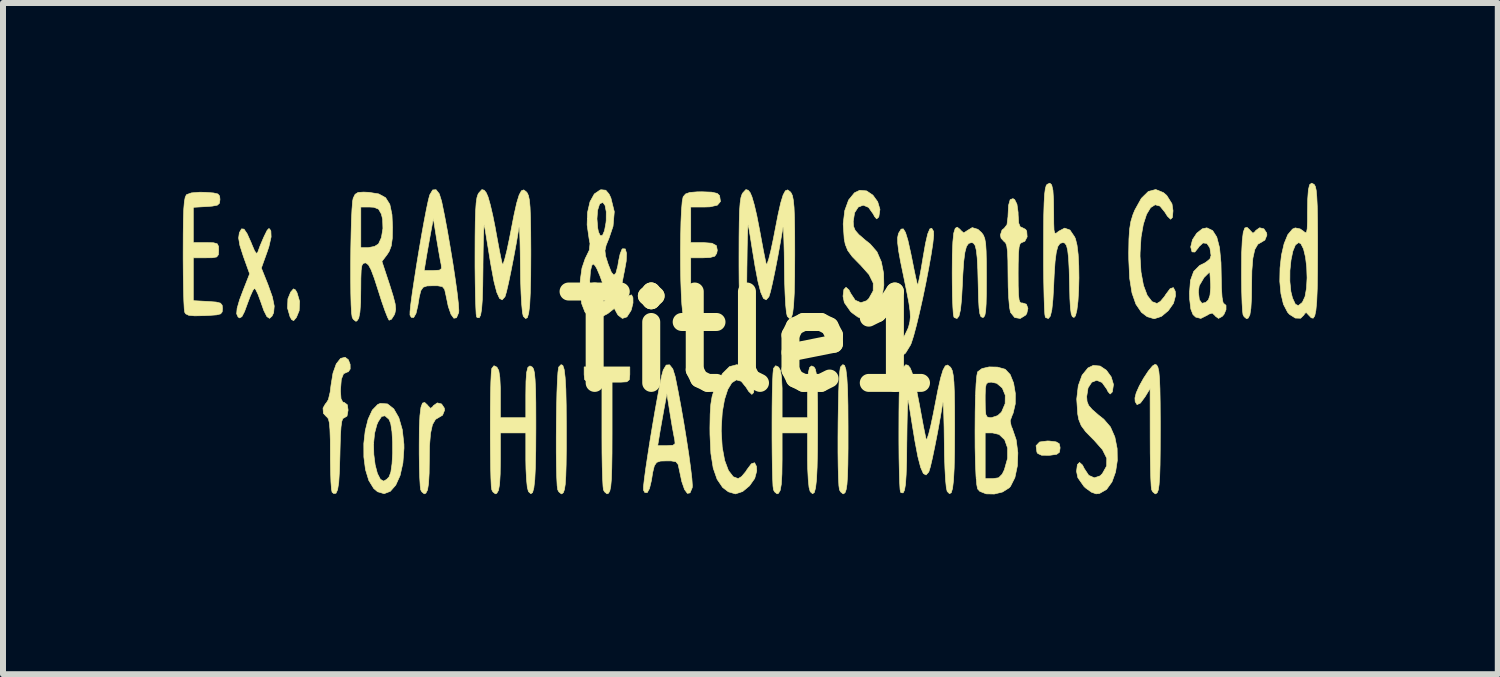
<source format=kicad_pcb>
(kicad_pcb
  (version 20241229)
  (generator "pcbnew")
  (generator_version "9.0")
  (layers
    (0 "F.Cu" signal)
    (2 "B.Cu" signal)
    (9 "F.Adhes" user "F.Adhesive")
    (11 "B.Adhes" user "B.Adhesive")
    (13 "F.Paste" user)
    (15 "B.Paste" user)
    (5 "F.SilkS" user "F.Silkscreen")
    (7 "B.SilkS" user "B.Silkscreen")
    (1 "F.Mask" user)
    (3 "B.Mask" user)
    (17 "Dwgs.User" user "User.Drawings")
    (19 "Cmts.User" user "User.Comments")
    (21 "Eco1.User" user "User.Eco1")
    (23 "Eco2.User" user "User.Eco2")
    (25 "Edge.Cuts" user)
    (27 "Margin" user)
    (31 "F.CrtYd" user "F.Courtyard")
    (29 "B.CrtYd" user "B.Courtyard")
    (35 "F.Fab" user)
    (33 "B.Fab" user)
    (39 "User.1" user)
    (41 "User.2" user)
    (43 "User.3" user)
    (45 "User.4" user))
  (footprint "Title1"
    (layer "F.Cu")
    (at 9.445 2.647)
    (property "Reference" "Title1" (at 0 0 0) (layer "F.SilkS") (effects (font (size 1.524 1.524) (thickness 0.3))))
    (attr through_hole)
    (fp_poly (pts (xy -7.568 -0.862) (xy -7.541 -0.815) (xy -7.498 -0.67) (xy -7.505 -0.515) (xy -7.551 -0.403) (xy -7.597 -0.349) (xy -7.63 -0.366) (xy -7.657 -0.413) (xy -7.699 -0.558) (xy -7.693 -0.713) (xy -7.647 -0.825) (xy -7.6 -0.879) (xy -7.568 -0.862)) (stroke (width 0.01) (type solid)) (fill yes) (layer "F.SilkS"))
    (fp_poly (pts (xy 5.006 1.659) (xy 5.12 1.673) (xy 5.172 1.703) (xy 5.186 1.764) (xy 5.186 1.778) (xy 5.176 1.846) (xy 5.131 1.88) (xy 5.029 1.895) (xy 5.006 1.897) (xy 4.878 1.896) (xy 4.813 1.866) (xy 4.8 1.844) (xy 4.786 1.737) (xy 4.845 1.675) (xy 4.975 1.658) (xy 5.006 1.659)) (stroke (width 0.01) (type solid)) (fill yes) (layer "F.SilkS"))
    (fp_poly (pts (xy -1.99 0.55) (xy -1.998 0.636) (xy -2.04 0.671) (xy -2.138 0.677) (xy -2.286 0.677) (xy -2.286 1.542) (xy -2.287 1.864) (xy -2.291 2.111) (xy -2.297 2.292) (xy -2.308 2.416) (xy -2.324 2.492) (xy -2.346 2.53) (xy -2.371 2.54) (xy -2.412 2.506) (xy -2.43 2.473) (xy -2.437 2.412) (xy -2.444 2.28) (xy -2.45 2.091) (xy -2.454 1.859) (xy -2.455 1.598) (xy -2.455 1.542) (xy -2.455 0.677) (xy -2.603 0.677) (xy -2.703 0.67) (xy -2.744 0.634) (xy -2.752 0.55) (xy -2.752 0.423) (xy -1.99 0.423) (xy -1.99 0.55)) (stroke (width 0.01) (type solid)) (fill yes) (layer "F.SilkS"))
    (fp_poly (pts (xy -3.108 0.397) (xy -3.085 0.466) (xy -3.069 0.597) (xy -3.057 0.795) (xy -3.051 1.067) (xy -3.049 1.418) (xy -3.049 1.446) (xy -3.049 1.785) (xy -3.052 2.047) (xy -3.058 2.243) (xy -3.067 2.381) (xy -3.081 2.47) (xy -3.099 2.52) (xy -3.124 2.539) (xy -3.133 2.54) (xy -3.174 2.506) (xy -3.192 2.473) (xy -3.202 2.404) (xy -3.209 2.267) (xy -3.214 2.078) (xy -3.217 1.85) (xy -3.217 1.599) (xy -3.215 1.339) (xy -3.211 1.086) (xy -3.206 0.854) (xy -3.198 0.658) (xy -3.189 0.512) (xy -3.178 0.432) (xy -3.174 0.423) (xy -3.137 0.385) (xy -3.108 0.397)) (stroke (width 0.01) (type solid)) (fill yes) (layer "F.SilkS"))
    (fp_poly (pts (xy 1.591 0.397) (xy 1.614 0.466) (xy 1.63 0.597) (xy 1.642 0.795) (xy 1.648 1.067) (xy 1.65 1.418) (xy 1.65 1.446) (xy 1.65 1.785) (xy 1.647 2.047) (xy 1.641 2.243) (xy 1.632 2.381) (xy 1.618 2.47) (xy 1.6 2.52) (xy 1.575 2.539) (xy 1.566 2.54) (xy 1.525 2.506) (xy 1.507 2.473) (xy 1.497 2.404) (xy 1.49 2.267) (xy 1.485 2.078) (xy 1.482 1.85) (xy 1.482 1.599) (xy 1.484 1.339) (xy 1.488 1.086) (xy 1.493 0.854) (xy 1.501 0.658) (xy 1.51 0.512) (xy 1.521 0.432) (xy 1.525 0.423) (xy 1.562 0.385) (xy 1.591 0.397)) (stroke (width 0.01) (type solid)) (fill yes) (layer "F.SilkS"))
    (fp_poly (pts (xy -5.363 1.061) (xy -5.357 1.07) (xy -5.313 1.115) (xy -5.277 1.086) (xy -5.266 1.069) (xy -5.201 1.023) (xy -5.13 1.041) (xy -5.084 1.11) (xy -5.08 1.146) (xy -5.114 1.229) (xy -5.16 1.256) (xy -5.231 1.298) (xy -5.282 1.386) (xy -5.314 1.531) (xy -5.331 1.742) (xy -5.334 1.946) (xy -5.337 2.194) (xy -5.347 2.367) (xy -5.364 2.475) (xy -5.392 2.529) (xy -5.419 2.54) (xy -5.46 2.506) (xy -5.478 2.473) (xy -5.486 2.409) (xy -5.494 2.277) (xy -5.5 2.092) (xy -5.503 1.872) (xy -5.503 1.735) (xy -5.501 1.445) (xy -5.491 1.235) (xy -5.474 1.097) (xy -5.448 1.026) (xy -5.411 1.016) (xy -5.363 1.061)) (stroke (width 0.01) (type solid)) (fill yes) (layer "F.SilkS"))
    (fp_poly (pts (xy 8.353 -1.86) (xy 8.359 -1.851) (xy 8.403 -1.806) (xy 8.439 -1.835) (xy 8.45 -1.852) (xy 8.515 -1.898) (xy 8.586 -1.88) (xy 8.632 -1.811) (xy 8.636 -1.775) (xy 8.602 -1.692) (xy 8.556 -1.665) (xy 8.485 -1.623) (xy 8.434 -1.535) (xy 8.402 -1.39) (xy 8.385 -1.179) (xy 8.382 -0.975) (xy 8.379 -0.727) (xy 8.369 -0.554) (xy 8.352 -0.446) (xy 8.324 -0.392) (xy 8.297 -0.381) (xy 8.256 -0.415) (xy 8.238 -0.448) (xy 8.23 -0.512) (xy 8.222 -0.644) (xy 8.216 -0.829) (xy 8.213 -1.049) (xy 8.213 -1.186) (xy 8.215 -1.476) (xy 8.225 -1.686) (xy 8.242 -1.824) (xy 8.268 -1.895) (xy 8.305 -1.905) (xy 8.353 -1.86)) (stroke (width 0.01) (type solid)) (fill yes) (layer "F.SilkS"))
    (fp_poly (pts (xy 6.797 0.391) (xy 6.818 0.428) (xy 6.834 0.5) (xy 6.845 0.617) (xy 6.852 0.788) (xy 6.856 1.022) (xy 6.858 1.329) (xy 6.858 1.46) (xy 6.857 1.796) (xy 6.854 2.057) (xy 6.848 2.25) (xy 6.838 2.386) (xy 6.825 2.474) (xy 6.806 2.522) (xy 6.781 2.539) (xy 6.773 2.54) (xy 6.732 2.506) (xy 6.714 2.473) (xy 6.706 2.411) (xy 6.699 2.279) (xy 6.694 2.091) (xy 6.69 1.862) (xy 6.689 1.605) (xy 6.689 1.595) (xy 6.688 0.783) (xy 6.604 0.921) (xy 6.527 1.025) (xy 6.47 1.052) (xy 6.439 1.002) (xy 6.435 0.941) (xy 6.456 0.857) (xy 6.509 0.738) (xy 6.581 0.609) (xy 6.659 0.491) (xy 6.728 0.407) (xy 6.77 0.381) (xy 6.797 0.391)) (stroke (width 0.01) (type solid)) (fill yes) (layer "F.SilkS"))
    (fp_poly (pts (xy -0.625 -2.492) (xy -0.532 -2.471) (xy -0.493 -2.434) (xy -0.478 -2.336) (xy -0.53 -2.275) (xy -0.653 -2.247) (xy -0.745 -2.244) (xy -0.974 -2.244) (xy -0.974 -1.651) (xy -0.766 -1.651) (xy -0.62 -1.64) (xy -0.546 -1.6) (xy -0.531 -1.523) (xy -0.541 -1.471) (xy -0.573 -1.424) (xy -0.652 -1.402) (xy -0.767 -1.397) (xy -0.974 -1.397) (xy -0.974 -0.942) (xy -0.978 -0.698) (xy -0.99 -0.532) (xy -1.012 -0.437) (xy -1.045 -0.405) (xy -1.091 -0.43) (xy -1.092 -0.432) (xy -1.109 -0.49) (xy -1.122 -0.617) (xy -1.132 -0.798) (xy -1.14 -1.02) (xy -1.144 -1.265) (xy -1.145 -1.52) (xy -1.142 -1.77) (xy -1.137 -1.999) (xy -1.128 -2.193) (xy -1.116 -2.336) (xy -1.101 -2.413) (xy -1.099 -2.416) (xy -1.06 -2.462) (xy -0.99 -2.487) (xy -0.867 -2.497) (xy -0.786 -2.498) (xy -0.625 -2.492)) (stroke (width 0.01) (type solid)) (fill yes) (layer "F.SilkS"))
    (fp_poly (pts (xy -6.032 1.04) (xy -5.927 1.123) (xy -5.843 1.269) (xy -5.785 1.47) (xy -5.758 1.713) (xy -5.757 1.778) (xy -5.775 2.026) (xy -5.822 2.235) (xy -5.894 2.394) (xy -5.985 2.498) (xy -6.088 2.537) (xy -6.197 2.505) (xy -6.261 2.451) (xy -6.344 2.316) (xy -6.399 2.135) (xy -6.426 1.925) (xy -6.427 1.703) (xy -6.427 1.701) (xy -6.264 1.701) (xy -6.26 1.883) (xy -6.238 2.056) (xy -6.2 2.201) (xy -6.15 2.298) (xy -6.096 2.328) (xy -6.046 2.299) (xy -6.006 2.258) (xy -5.976 2.178) (xy -5.956 2.038) (xy -5.946 1.862) (xy -5.947 1.676) (xy -5.957 1.503) (xy -5.978 1.367) (xy -6.006 1.298) (xy -6.074 1.238) (xy -6.13 1.249) (xy -6.187 1.336) (xy -6.209 1.386) (xy -6.247 1.528) (xy -6.264 1.701) (xy -6.427 1.701) (xy -6.403 1.487) (xy -6.355 1.295) (xy -6.285 1.143) (xy -6.194 1.049) (xy -6.152 1.032) (xy -6.032 1.04)) (stroke (width 0.01) (type solid)) (fill yes) (layer "F.SilkS"))
    (fp_poly (pts (xy -0.076 0.436) (xy -0.019 0.485) (xy 0.068 0.624) (xy 0.085 0.739) (xy 0.075 0.851) (xy 0.045 0.881) (xy -0.008 0.83) (xy -0.051 0.762) (xy -0.132 0.662) (xy -0.213 0.639) (xy -0.289 0.687) (xy -0.356 0.798) (xy -0.41 0.964) (xy -0.448 1.179) (xy -0.464 1.434) (xy -0.465 1.498) (xy -0.449 1.761) (xy -0.408 1.983) (xy -0.345 2.151) (xy -0.265 2.255) (xy -0.183 2.286) (xy -0.126 2.252) (xy -0.056 2.169) (xy -0.037 2.138) (xy 0.037 2.039) (xy 0.091 2.021) (xy 0.122 2.082) (xy 0.127 2.157) (xy 0.093 2.283) (xy 0.006 2.406) (xy -0.108 2.501) (xy -0.226 2.54) (xy -0.231 2.54) (xy -0.346 2.506) (xy -0.441 2.434) (xy -0.534 2.297) (xy -0.599 2.111) (xy -0.638 1.866) (xy -0.653 1.552) (xy -0.654 1.439) (xy -0.65 1.212) (xy -0.639 1.046) (xy -0.618 0.918) (xy -0.584 0.806) (xy -0.552 0.728) (xy -0.443 0.532) (xy -0.326 0.417) (xy -0.203 0.385) (xy -0.076 0.436)) (stroke (width 0.01) (type solid)) (fill yes) (layer "F.SilkS"))
    (fp_poly (pts (xy 6.909 -2.485) (xy 6.966 -2.436) (xy 7.053 -2.297) (xy 7.07 -2.182) (xy 7.06 -2.07) (xy 7.03 -2.04) (xy 6.977 -2.091) (xy 6.934 -2.159) (xy 6.853 -2.259) (xy 6.772 -2.282) (xy 6.696 -2.234) (xy 6.629 -2.123) (xy 6.575 -1.957) (xy 6.537 -1.742) (xy 6.521 -1.487) (xy 6.52 -1.423) (xy 6.536 -1.16) (xy 6.577 -0.938) (xy 6.64 -0.77) (xy 6.72 -0.666) (xy 6.802 -0.635) (xy 6.859 -0.669) (xy 6.929 -0.752) (xy 6.948 -0.783) (xy 7.022 -0.882) (xy 7.076 -0.9) (xy 7.107 -0.839) (xy 7.112 -0.764) (xy 7.078 -0.638) (xy 6.991 -0.515) (xy 6.877 -0.42) (xy 6.759 -0.381) (xy 6.754 -0.381) (xy 6.639 -0.415) (xy 6.544 -0.487) (xy 6.451 -0.624) (xy 6.386 -0.81) (xy 6.347 -1.055) (xy 6.332 -1.369) (xy 6.331 -1.482) (xy 6.335 -1.709) (xy 6.346 -1.875) (xy 6.367 -2.003) (xy 6.401 -2.115) (xy 6.433 -2.193) (xy 6.542 -2.389) (xy 6.659 -2.504) (xy 6.782 -2.536) (xy 6.909 -2.485)) (stroke (width 0.01) (type solid)) (fill yes) (layer "F.SilkS"))
    (fp_poly (pts (xy -7.983 -1.857) (xy -7.977 -1.844) (xy -7.973 -1.745) (xy -8.01 -1.583) (xy -8.04 -1.494) (xy -8.136 -1.226) (xy -8.026 -0.951) (xy -7.952 -0.744) (xy -7.921 -0.592) (xy -7.931 -0.481) (xy -7.958 -0.424) (xy -7.999 -0.387) (xy -8.043 -0.416) (xy -8.094 -0.517) (xy -8.147 -0.667) (xy -8.192 -0.789) (xy -8.231 -0.869) (xy -8.25 -0.889) (xy -8.278 -0.852) (xy -8.321 -0.757) (xy -8.36 -0.654) (xy -8.417 -0.499) (xy -8.46 -0.416) (xy -8.498 -0.394) (xy -8.524 -0.41) (xy -8.548 -0.463) (xy -8.54 -0.554) (xy -8.499 -0.696) (xy -8.441 -0.85) (xy -8.331 -1.13) (xy -8.436 -1.422) (xy -8.494 -1.603) (xy -8.515 -1.727) (xy -8.503 -1.815) (xy -8.502 -1.817) (xy -8.466 -1.88) (xy -8.425 -1.875) (xy -8.373 -1.799) (xy -8.305 -1.647) (xy -8.297 -1.626) (xy -8.248 -1.511) (xy -8.216 -1.469) (xy -8.195 -1.49) (xy -8.191 -1.503) (xy -8.158 -1.594) (xy -8.105 -1.719) (xy -8.088 -1.757) (xy -8.039 -1.856) (xy -8.008 -1.887) (xy -7.983 -1.857)) (stroke (width 0.01) (type solid)) (fill yes) (layer "F.SilkS"))
    (fp_poly (pts (xy -6.685 0.303) (xy -6.655 0.38) (xy -6.654 0.458) (xy -6.686 0.505) (xy -6.702 0.508) (xy -6.765 0.537) (xy -6.802 0.629) (xy -6.815 0.794) (xy -6.816 0.829) (xy -6.807 0.953) (xy -6.778 1.009) (xy -6.752 1.016) (xy -6.702 1.054) (xy -6.689 1.143) (xy -6.707 1.243) (xy -6.751 1.27) (xy -6.776 1.283) (xy -6.794 1.33) (xy -6.807 1.423) (xy -6.817 1.573) (xy -6.823 1.792) (xy -6.825 1.891) (xy -6.833 2.159) (xy -6.845 2.35) (xy -6.864 2.471) (xy -6.891 2.53) (xy -6.928 2.535) (xy -6.956 2.513) (xy -6.966 2.462) (xy -6.975 2.343) (xy -6.981 2.171) (xy -6.985 1.962) (xy -6.985 1.881) (xy -6.986 1.637) (xy -6.992 1.465) (xy -7.002 1.353) (xy -7.018 1.288) (xy -7.042 1.258) (xy -7.048 1.255) (xy -7.101 1.197) (xy -7.107 1.11) (xy -7.066 1.037) (xy -7.055 1.029) (xy -7.018 0.968) (xy -6.988 0.842) (xy -6.974 0.729) (xy -6.941 0.526) (xy -6.886 0.372) (xy -6.814 0.281) (xy -6.739 0.262) (xy -6.685 0.303)) (stroke (width 0.01) (type solid)) (fill yes) (layer "F.SilkS"))
    (fp_poly (pts (xy 4.429 -2.367) (xy 4.467 -2.291) (xy 4.486 -2.156) (xy 4.487 -2.111) (xy 4.496 -1.977) (xy 4.522 -1.913) (xy 4.546 -1.905) (xy 4.612 -1.871) (xy 4.63 -1.841) (xy 4.637 -1.746) (xy 4.598 -1.672) (xy 4.546 -1.651) (xy 4.521 -1.635) (xy 4.503 -1.578) (xy 4.493 -1.469) (xy 4.488 -1.295) (xy 4.487 -1.141) (xy 4.488 -0.926) (xy 4.493 -0.781) (xy 4.503 -0.695) (xy 4.52 -0.653) (xy 4.547 -0.642) (xy 4.56 -0.644) (xy 4.624 -0.623) (xy 4.65 -0.554) (xy 4.631 -0.469) (xy 4.613 -0.442) (xy 4.522 -0.385) (xy 4.429 -0.401) (xy 4.361 -0.486) (xy 4.359 -0.49) (xy 4.343 -0.573) (xy 4.33 -0.721) (xy 4.321 -0.911) (xy 4.318 -1.12) (xy 4.316 -1.346) (xy 4.31 -1.501) (xy 4.297 -1.597) (xy 4.277 -1.649) (xy 4.255 -1.666) (xy 4.202 -1.724) (xy 4.191 -1.778) (xy 4.218 -1.86) (xy 4.255 -1.89) (xy 4.301 -1.95) (xy 4.318 -2.087) (xy 4.318 -2.097) (xy 4.327 -2.272) (xy 4.354 -2.367) (xy 4.401 -2.384) (xy 4.429 -2.367)) (stroke (width 0.01) (type solid)) (fill yes) (layer "F.SilkS"))
    (fp_poly (pts (xy -9.073 -2.489) (xy -8.935 -2.479) (xy -8.861 -2.462) (xy -8.832 -2.427) (xy -8.826 -2.371) (xy -8.834 -2.308) (xy -8.87 -2.275) (xy -8.955 -2.259) (xy -9.049 -2.252) (xy -9.271 -2.239) (xy -9.271 -1.651) (xy -9.059 -1.651) (xy -8.934 -1.648) (xy -8.872 -1.631) (xy -8.85 -1.587) (xy -8.848 -1.524) (xy -8.852 -1.449) (xy -8.881 -1.411) (xy -8.955 -1.398) (xy -9.059 -1.397) (xy -9.271 -1.397) (xy -9.271 -0.682) (xy -9.028 -0.669) (xy -8.89 -0.659) (xy -8.818 -0.641) (xy -8.789 -0.605) (xy -8.784 -0.55) (xy -8.789 -0.495) (xy -8.815 -0.462) (xy -8.882 -0.445) (xy -9.007 -0.436) (xy -9.086 -0.432) (xy -9.25 -0.429) (xy -9.347 -0.438) (xy -9.398 -0.463) (xy -9.414 -0.489) (xy -9.422 -0.55) (xy -9.429 -0.682) (xy -9.434 -0.873) (xy -9.438 -1.108) (xy -9.44 -1.374) (xy -9.44 -1.48) (xy -9.439 -1.795) (xy -9.436 -2.035) (xy -9.43 -2.21) (xy -9.42 -2.331) (xy -9.406 -2.406) (xy -9.387 -2.446) (xy -9.38 -2.452) (xy -9.301 -2.48) (xy -9.164 -2.491) (xy -9.073 -2.489)) (stroke (width 0.01) (type solid)) (fill yes) (layer "F.SilkS"))
    (fp_poly (pts (xy 3.076 -1.838) (xy 3.078 -1.769) (xy 3.064 -1.633) (xy 3.035 -1.446) (xy 2.995 -1.222) (xy 2.948 -0.977) (xy 2.896 -0.726) (xy 2.842 -0.485) (xy 2.79 -0.269) (xy 2.743 -0.093) (xy 2.704 0.028) (xy 2.691 0.058) (xy 2.609 0.192) (xy 2.539 0.246) (xy 2.484 0.227) (xy 2.455 0.146) (xy 2.474 0.047) (xy 2.532 -0.027) (xy 2.591 -0.096) (xy 2.647 -0.211) (xy 2.662 -0.253) (xy 2.681 -0.33) (xy 2.689 -0.41) (xy 2.684 -0.509) (xy 2.665 -0.644) (xy 2.629 -0.83) (xy 2.581 -1.067) (xy 2.528 -1.322) (xy 2.494 -1.509) (xy 2.478 -1.641) (xy 2.476 -1.731) (xy 2.489 -1.794) (xy 2.495 -1.81) (xy 2.535 -1.875) (xy 2.571 -1.88) (xy 2.608 -1.82) (xy 2.648 -1.69) (xy 2.694 -1.483) (xy 2.712 -1.396) (xy 2.748 -1.215) (xy 2.779 -1.067) (xy 2.802 -0.97) (xy 2.811 -0.943) (xy 2.822 -0.976) (xy 2.844 -1.077) (xy 2.872 -1.229) (xy 2.9 -1.397) (xy 2.942 -1.637) (xy 2.979 -1.796) (xy 3.014 -1.879) (xy 3.046 -1.889) (xy 3.076 -1.838)) (stroke (width 0.01) (type solid)) (fill yes) (layer "F.SilkS"))
    (fp_poly (pts (xy 3.516 -1.873) (xy 3.531 -1.854) (xy 3.579 -1.812) (xy 3.63 -1.845) (xy 3.632 -1.847) (xy 3.721 -1.901) (xy 3.816 -1.872) (xy 3.878 -1.816) (xy 3.908 -1.774) (xy 3.93 -1.718) (xy 3.945 -1.634) (xy 3.953 -1.507) (xy 3.957 -1.325) (xy 3.958 -1.072) (xy 3.958 -1.065) (xy 3.957 -0.81) (xy 3.953 -0.629) (xy 3.945 -0.509) (xy 3.932 -0.439) (xy 3.913 -0.407) (xy 3.895 -0.402) (xy 3.867 -0.415) (xy 3.848 -0.464) (xy 3.835 -0.56) (xy 3.826 -0.716) (xy 3.821 -0.931) (xy 3.814 -1.199) (xy 3.804 -1.393) (xy 3.789 -1.525) (xy 3.769 -1.604) (xy 3.74 -1.643) (xy 3.708 -1.651) (xy 3.661 -1.637) (xy 3.625 -1.586) (xy 3.599 -1.489) (xy 3.579 -1.335) (xy 3.564 -1.113) (xy 3.557 -0.956) (xy 3.543 -0.703) (xy 3.525 -0.529) (xy 3.5 -0.425) (xy 3.467 -0.384) (xy 3.424 -0.4) (xy 3.416 -0.408) (xy 3.406 -0.458) (xy 3.398 -0.578) (xy 3.391 -0.754) (xy 3.388 -0.97) (xy 3.387 -1.148) (xy 3.389 -1.445) (xy 3.398 -1.663) (xy 3.413 -1.809) (xy 3.438 -1.889) (xy 3.471 -1.908) (xy 3.516 -1.873)) (stroke (width 0.01) (type solid)) (fill yes) (layer "F.SilkS"))
    (fp_poly (pts (xy -4.207 0.427) (xy -4.176 0.483) (xy -4.158 0.597) (xy -4.149 0.779) (xy -4.149 0.873) (xy -4.149 1.27) (xy -3.725 1.27) (xy -3.725 0.892) (xy -3.722 0.665) (xy -3.711 0.514) (xy -3.69 0.431) (xy -3.656 0.406) (xy -3.615 0.427) (xy -3.595 0.46) (xy -3.58 0.526) (xy -3.57 0.635) (xy -3.562 0.797) (xy -3.558 1.022) (xy -3.557 1.318) (xy -3.557 1.455) (xy -3.559 1.815) (xy -3.565 2.095) (xy -3.575 2.302) (xy -3.591 2.441) (xy -3.612 2.518) (xy -3.641 2.538) (xy -3.676 2.507) (xy -3.682 2.498) (xy -3.7 2.431) (xy -3.713 2.3) (xy -3.722 2.126) (xy -3.725 1.979) (xy -3.725 1.524) (xy -4.149 1.524) (xy -4.149 1.965) (xy -4.152 2.209) (xy -4.162 2.378) (xy -4.181 2.483) (xy -4.21 2.532) (xy -4.233 2.54) (xy -4.275 2.506) (xy -4.292 2.473) (xy -4.301 2.41) (xy -4.307 2.277) (xy -4.312 2.089) (xy -4.315 1.863) (xy -4.317 1.612) (xy -4.317 1.353) (xy -4.316 1.1) (xy -4.313 0.868) (xy -4.308 0.673) (xy -4.301 0.529) (xy -4.293 0.452) (xy -4.292 0.447) (xy -4.256 0.403) (xy -4.207 0.427)) (stroke (width 0.01) (type solid)) (fill yes) (layer "F.SilkS"))
    (fp_poly (pts (xy 0.492 0.427) (xy 0.523 0.483) (xy 0.541 0.597) (xy 0.55 0.779) (xy 0.55 0.873) (xy 0.55 1.27) (xy 0.974 1.27) (xy 0.974 0.892) (xy 0.977 0.665) (xy 0.988 0.514) (xy 1.009 0.431) (xy 1.043 0.406) (xy 1.084 0.427) (xy 1.104 0.46) (xy 1.119 0.526) (xy 1.129 0.635) (xy 1.137 0.797) (xy 1.141 1.022) (xy 1.142 1.318) (xy 1.142 1.455) (xy 1.14 1.815) (xy 1.134 2.095) (xy 1.124 2.302) (xy 1.108 2.441) (xy 1.087 2.518) (xy 1.058 2.538) (xy 1.023 2.507) (xy 1.017 2.498) (xy 0.999 2.431) (xy 0.986 2.3) (xy 0.977 2.126) (xy 0.974 1.979) (xy 0.974 1.524) (xy 0.55 1.524) (xy 0.55 1.965) (xy 0.547 2.209) (xy 0.537 2.378) (xy 0.518 2.483) (xy 0.489 2.532) (xy 0.466 2.54) (xy 0.424 2.506) (xy 0.407 2.473) (xy 0.398 2.41) (xy 0.392 2.277) (xy 0.387 2.089) (xy 0.384 1.863) (xy 0.382 1.612) (xy 0.382 1.353) (xy 0.383 1.1) (xy 0.386 0.868) (xy 0.391 0.673) (xy 0.398 0.529) (xy 0.406 0.452) (xy 0.407 0.447) (xy 0.443 0.403) (xy 0.492 0.427)) (stroke (width 0.01) (type solid)) (fill yes) (layer "F.SilkS"))
    (fp_poly (pts (xy 1.959 -2.513) (xy 2.064 -2.442) (xy 2.144 -2.332) (xy 2.182 -2.205) (xy 2.164 -2.085) (xy 2.159 -2.075) (xy 2.127 -2.046) (xy 2.092 -2.086) (xy 2.071 -2.127) (xy 1.992 -2.238) (xy 1.903 -2.275) (xy 1.82 -2.243) (xy 1.759 -2.149) (xy 1.736 -2.003) (xy 1.741 -1.923) (xy 1.768 -1.856) (xy 1.828 -1.786) (xy 1.936 -1.693) (xy 2.02 -1.626) (xy 2.132 -1.497) (xy 2.205 -1.329) (xy 2.243 -1.137) (xy 2.247 -0.937) (xy 2.217 -0.746) (xy 2.157 -0.58) (xy 2.067 -0.455) (xy 1.95 -0.388) (xy 1.892 -0.381) (xy 1.814 -0.409) (xy 1.716 -0.48) (xy 1.69 -0.505) (xy 1.588 -0.65) (xy 1.566 -0.756) (xy 1.58 -0.868) (xy 1.616 -0.905) (xy 1.665 -0.861) (xy 1.693 -0.805) (xy 1.769 -0.69) (xy 1.863 -0.648) (xy 1.96 -0.681) (xy 1.998 -0.719) (xy 2.069 -0.846) (xy 2.07 -0.975) (xy 2 -1.117) (xy 1.854 -1.281) (xy 1.845 -1.289) (xy 1.72 -1.417) (xy 1.645 -1.519) (xy 1.604 -1.621) (xy 1.586 -1.711) (xy 1.569 -1.962) (xy 1.595 -2.184) (xy 1.659 -2.361) (xy 1.757 -2.481) (xy 1.844 -2.523) (xy 1.959 -2.513)) (stroke (width 0.01) (type solid)) (fill yes) (layer "F.SilkS"))
    (fp_poly (pts (xy 5.854 0.408) (xy 5.959 0.479) (xy 6.039 0.589) (xy 6.077 0.716) (xy 6.059 0.836) (xy 6.053 0.846) (xy 6.022 0.875) (xy 5.986 0.835) (xy 5.966 0.794) (xy 5.887 0.683) (xy 5.798 0.646) (xy 5.715 0.678) (xy 5.653 0.772) (xy 5.63 0.918) (xy 5.636 0.998) (xy 5.662 1.065) (xy 5.723 1.135) (xy 5.83 1.228) (xy 5.915 1.295) (xy 6.026 1.424) (xy 6.1 1.592) (xy 6.138 1.784) (xy 6.141 1.984) (xy 6.112 2.175) (xy 6.052 2.341) (xy 5.962 2.466) (xy 5.845 2.533) (xy 5.787 2.54) (xy 5.709 2.512) (xy 5.611 2.441) (xy 5.585 2.416) (xy 5.483 2.271) (xy 5.461 2.165) (xy 5.475 2.053) (xy 5.511 2.016) (xy 5.56 2.06) (xy 5.588 2.116) (xy 5.664 2.231) (xy 5.758 2.273) (xy 5.855 2.24) (xy 5.892 2.202) (xy 5.963 2.075) (xy 5.965 1.946) (xy 5.894 1.804) (xy 5.749 1.64) (xy 5.74 1.632) (xy 5.614 1.504) (xy 5.539 1.402) (xy 5.498 1.3) (xy 5.481 1.21) (xy 5.464 0.959) (xy 5.49 0.737) (xy 5.554 0.56) (xy 5.652 0.44) (xy 5.739 0.398) (xy 5.854 0.408)) (stroke (width 0.01) (type solid)) (fill yes) (layer "F.SilkS"))
    (fp_poly (pts (xy 7.731 -1.851) (xy 7.8 -1.743) (xy 7.846 -1.566) (xy 7.87 -1.315) (xy 7.874 -1.111) (xy 7.878 -0.898) (xy 7.888 -0.741) (xy 7.904 -0.652) (xy 7.916 -0.635) (xy 7.954 -0.604) (xy 7.954 -0.532) (xy 7.92 -0.453) (xy 7.891 -0.42) (xy 7.829 -0.386) (xy 7.779 -0.422) (xy 7.773 -0.431) (xy 7.725 -0.476) (xy 7.667 -0.457) (xy 7.642 -0.44) (xy 7.534 -0.386) (xy 7.448 -0.408) (xy 7.403 -0.451) (xy 7.367 -0.543) (xy 7.348 -0.704) (xy 7.345 -0.807) (xy 7.347 -0.833) (xy 7.493 -0.833) (xy 7.509 -0.699) (xy 7.552 -0.638) (xy 7.617 -0.653) (xy 7.66 -0.695) (xy 7.687 -0.773) (xy 7.698 -0.899) (xy 7.697 -0.96) (xy 7.684 -1.164) (xy 7.588 -1.069) (xy 7.507 -0.931) (xy 7.493 -0.833) (xy 7.347 -0.833) (xy 7.361 -1.02) (xy 7.415 -1.169) (xy 7.514 -1.269) (xy 7.609 -1.316) (xy 7.685 -1.376) (xy 7.705 -1.435) (xy 7.685 -1.563) (xy 7.635 -1.637) (xy 7.569 -1.645) (xy 7.501 -1.581) (xy 7.493 -1.566) (xy 7.434 -1.493) (xy 7.387 -1.496) (xy 7.366 -1.575) (xy 7.366 -1.582) (xy 7.395 -1.699) (xy 7.466 -1.807) (xy 7.559 -1.881) (xy 7.635 -1.897) (xy 7.731 -1.851)) (stroke (width 0.01) (type solid)) (fill yes) (layer "F.SilkS"))
    (fp_poly (pts (xy -5.168 -2.464) (xy -5.129 -2.339) (xy -5.08 -2.1) (xy -5.031 -1.837) (xy -4.984 -1.562) (xy -4.939 -1.29) (xy -4.901 -1.036) (xy -4.87 -0.814) (xy -4.85 -0.637) (xy -4.842 -0.52) (xy -4.844 -0.484) (xy -4.881 -0.397) (xy -4.925 -0.389) (xy -4.972 -0.453) (xy -5.018 -0.585) (xy -5.057 -0.773) (xy -5.079 -0.871) (xy -5.117 -0.917) (xy -5.198 -0.931) (xy -5.27 -0.931) (xy -5.372 -0.928) (xy -5.437 -0.906) (xy -5.476 -0.849) (xy -5.503 -0.74) (xy -5.525 -0.603) (xy -5.556 -0.47) (xy -5.595 -0.401) (xy -5.635 -0.404) (xy -5.657 -0.443) (xy -5.656 -0.5) (xy -5.643 -0.626) (xy -5.619 -0.806) (xy -5.586 -1.025) (xy -5.561 -1.185) (xy -5.42 -1.185) (xy -5.266 -1.185) (xy -5.166 -1.191) (xy -5.13 -1.219) (xy -5.136 -1.281) (xy -5.153 -1.367) (xy -5.178 -1.509) (xy -5.207 -1.679) (xy -5.213 -1.714) (xy -5.267 -2.053) (xy -5.318 -1.778) (xy -5.349 -1.605) (xy -5.378 -1.441) (xy -5.394 -1.344) (xy -5.42 -1.185) (xy -5.561 -1.185) (xy -5.548 -1.27) (xy -5.506 -1.524) (xy -5.463 -1.775) (xy -5.421 -2.007) (xy -5.383 -2.205) (xy -5.351 -2.356) (xy -5.328 -2.444) (xy -5.328 -2.445) (xy -5.278 -2.529) (xy -5.222 -2.533) (xy -5.168 -2.464)) (stroke (width 0.01) (type solid)) (fill yes) (layer "F.SilkS"))
    (fp_poly (pts (xy -1.273 0.457) (xy -1.234 0.582) (xy -1.186 0.821) (xy -1.137 1.084) (xy -1.089 1.359) (xy -1.045 1.631) (xy -1.006 1.885) (xy -0.976 2.107) (xy -0.955 2.284) (xy -0.947 2.401) (xy -0.949 2.437) (xy -0.986 2.524) (xy -1.03 2.532) (xy -1.077 2.468) (xy -1.123 2.336) (xy -1.163 2.148) (xy -1.184 2.05) (xy -1.222 2.004) (xy -1.303 1.99) (xy -1.375 1.99) (xy -1.478 1.993) (xy -1.542 2.015) (xy -1.581 2.072) (xy -1.608 2.181) (xy -1.63 2.318) (xy -1.662 2.451) (xy -1.7 2.52) (xy -1.74 2.517) (xy -1.762 2.478) (xy -1.762 2.421) (xy -1.748 2.295) (xy -1.724 2.115) (xy -1.691 1.896) (xy -1.666 1.736) (xy -1.525 1.736) (xy -1.372 1.736) (xy -1.272 1.73) (xy -1.235 1.702) (xy -1.241 1.64) (xy -1.258 1.554) (xy -1.284 1.412) (xy -1.312 1.242) (xy -1.318 1.206) (xy -1.372 0.868) (xy -1.423 1.143) (xy -1.454 1.316) (xy -1.483 1.48) (xy -1.499 1.577) (xy -1.525 1.736) (xy -1.666 1.736) (xy -1.653 1.651) (xy -1.611 1.397) (xy -1.568 1.146) (xy -1.526 0.914) (xy -1.489 0.716) (xy -1.457 0.565) (xy -1.433 0.477) (xy -1.433 0.476) (xy -1.383 0.392) (xy -1.327 0.388) (xy -1.273 0.457)) (stroke (width 0.01) (type solid)) (fill yes) (layer "F.SilkS"))
    (fp_poly (pts (xy 5.046 -2.613) (xy 5.067 -2.524) (xy 5.077 -2.367) (xy 5.08 -2.149) (xy 5.081 -1.969) (xy 5.085 -1.86) (xy 5.097 -1.81) (xy 5.119 -1.805) (xy 5.156 -1.834) (xy 5.163 -1.84) (xy 5.262 -1.892) (xy 5.351 -1.86) (xy 5.43 -1.743) (xy 5.443 -1.714) (xy 5.469 -1.609) (xy 5.488 -1.454) (xy 5.498 -1.266) (xy 5.501 -1.062) (xy 5.496 -0.859) (xy 5.485 -0.674) (xy 5.467 -0.525) (xy 5.443 -0.429) (xy 5.419 -0.402) (xy 5.391 -0.415) (xy 5.372 -0.464) (xy 5.359 -0.56) (xy 5.35 -0.716) (xy 5.345 -0.931) (xy 5.338 -1.199) (xy 5.328 -1.393) (xy 5.313 -1.525) (xy 5.293 -1.604) (xy 5.264 -1.643) (xy 5.232 -1.651) (xy 5.185 -1.637) (xy 5.149 -1.586) (xy 5.123 -1.489) (xy 5.103 -1.335) (xy 5.088 -1.113) (xy 5.081 -0.956) (xy 5.067 -0.703) (xy 5.049 -0.529) (xy 5.024 -0.425) (xy 4.991 -0.384) (xy 4.948 -0.4) (xy 4.94 -0.408) (xy 4.932 -0.457) (xy 4.925 -0.579) (xy 4.919 -0.761) (xy 4.914 -0.994) (xy 4.911 -1.264) (xy 4.911 -1.505) (xy 4.912 -1.846) (xy 4.914 -2.113) (xy 4.92 -2.312) (xy 4.928 -2.454) (xy 4.94 -2.547) (xy 4.955 -2.601) (xy 4.969 -2.621) (xy 5.015 -2.642) (xy 5.046 -2.613)) (stroke (width 0.01) (type solid)) (fill yes) (layer "F.SilkS"))
    (fp_poly (pts (xy 9.424 -2.621) (xy 9.443 -2.589) (xy 9.458 -2.525) (xy 9.468 -2.418) (xy 9.476 -2.26) (xy 9.48 -2.041) (xy 9.482 -1.753) (xy 9.482 -1.529) (xy 9.48 -1.166) (xy 9.476 -0.881) (xy 9.467 -0.667) (xy 9.453 -0.519) (xy 9.434 -0.429) (xy 9.408 -0.39) (xy 9.375 -0.397) (xy 9.339 -0.435) (xy 9.292 -0.485) (xy 9.264 -0.465) (xy 9.256 -0.446) (xy 9.199 -0.389) (xy 9.11 -0.392) (xy 9.014 -0.453) (xy 8.981 -0.489) (xy 8.912 -0.622) (xy 8.87 -0.8) (xy 8.851 -1.003) (xy 9.019 -1.003) (xy 9.036 -0.834) (xy 9.063 -0.726) (xy 9.111 -0.623) (xy 9.16 -0.599) (xy 9.222 -0.649) (xy 9.229 -0.657) (xy 9.272 -0.75) (xy 9.297 -0.892) (xy 9.306 -1.062) (xy 9.3 -1.24) (xy 9.28 -1.408) (xy 9.247 -1.545) (xy 9.203 -1.631) (xy 9.166 -1.651) (xy 9.112 -1.612) (xy 9.069 -1.508) (xy 9.038 -1.359) (xy 9.02 -1.184) (xy 9.019 -1.003) (xy 8.851 -1.003) (xy 8.851 -1.008) (xy 8.855 -1.227) (xy 8.879 -1.441) (xy 8.923 -1.632) (xy 8.985 -1.783) (xy 9.063 -1.876) (xy 9.109 -1.896) (xy 9.19 -1.879) (xy 9.245 -1.841) (xy 9.277 -1.815) (xy 9.297 -1.824) (xy 9.308 -1.882) (xy 9.313 -2.002) (xy 9.313 -2.153) (xy 9.317 -2.38) (xy 9.328 -2.532) (xy 9.349 -2.617) (xy 9.382 -2.642) (xy 9.424 -2.621)) (stroke (width 0.01) (type solid)) (fill yes) (layer "F.SilkS"))
    (fp_poly (pts (xy -6.344 -2.489) (xy -6.179 -2.463) (xy -6.064 -2.4) (xy -5.993 -2.288) (xy -5.957 -2.116) (xy -5.948 -1.905) (xy -5.952 -1.72) (xy -5.969 -1.596) (xy -6.003 -1.506) (xy -6.036 -1.454) (xy -6.125 -1.336) (xy -5.996 -0.946) (xy -5.937 -0.757) (xy -5.904 -0.629) (xy -5.895 -0.54) (xy -5.908 -0.473) (xy -5.919 -0.445) (xy -5.965 -0.373) (xy -6.005 -0.356) (xy -6.03 -0.403) (xy -6.074 -0.514) (xy -6.129 -0.672) (xy -6.184 -0.845) (xy -6.252 -1.056) (xy -6.305 -1.197) (xy -6.349 -1.278) (xy -6.389 -1.31) (xy -6.402 -1.312) (xy -6.437 -1.304) (xy -6.459 -1.268) (xy -6.471 -1.189) (xy -6.476 -1.053) (xy -6.477 -0.892) (xy -6.48 -0.653) (xy -6.492 -0.488) (xy -6.512 -0.388) (xy -6.543 -0.343) (xy -6.562 -0.339) (xy -6.603 -0.372) (xy -6.621 -0.406) (xy -6.631 -0.477) (xy -6.639 -0.616) (xy -6.644 -0.81) (xy -6.646 -1.041) (xy -6.646 -1.293) (xy -6.644 -1.553) (xy -6.639 -1.803) (xy -6.633 -2.028) (xy -6.624 -2.212) (xy -6.621 -2.244) (xy -6.477 -2.244) (xy -6.477 -1.566) (xy -6.355 -1.566) (xy -6.248 -1.587) (xy -6.182 -1.628) (xy -6.133 -1.735) (xy -6.108 -1.886) (xy -6.113 -2.04) (xy -6.134 -2.127) (xy -6.181 -2.209) (xy -6.258 -2.24) (xy -6.328 -2.244) (xy -6.477 -2.244) (xy -6.621 -2.244) (xy -6.614 -2.34) (xy -6.604 -2.391) (xy -6.572 -2.456) (xy -6.523 -2.487) (xy -6.431 -2.493) (xy -6.344 -2.489)) (stroke (width 0.01) (type solid)) (fill yes) (layer "F.SilkS"))
    (fp_poly (pts (xy 4.141 0.426) (xy 4.265 0.46) (xy 4.274 0.465) (xy 4.354 0.55) (xy 4.411 0.692) (xy 4.44 0.864) (xy 4.439 1.04) (xy 4.403 1.195) (xy 4.388 1.228) (xy 4.354 1.322) (xy 4.372 1.413) (xy 4.389 1.449) (xy 4.454 1.639) (xy 4.482 1.855) (xy 4.474 2.073) (xy 4.433 2.268) (xy 4.359 2.415) (xy 4.338 2.439) (xy 4.227 2.509) (xy 4.089 2.543) (xy 3.953 2.54) (xy 3.847 2.498) (xy 3.811 2.458) (xy 3.797 2.388) (xy 3.784 2.242) (xy 3.775 2.033) (xy 3.769 1.768) (xy 3.768 1.524) (xy 3.937 1.524) (xy 3.937 2.286) (xy 4.066 2.286) (xy 4.161 2.272) (xy 4.221 2.212) (xy 4.257 2.139) (xy 4.311 1.947) (xy 4.311 1.775) (xy 4.262 1.637) (xy 4.169 1.549) (xy 4.062 1.524) (xy 3.937 1.524) (xy 3.768 1.524) (xy 3.768 1.482) (xy 3.77 1.175) (xy 3.774 0.974) (xy 3.937 0.974) (xy 3.939 1.129) (xy 3.948 1.217) (xy 3.971 1.258) (xy 4.014 1.269) (xy 4.04 1.27) (xy 4.146 1.235) (xy 4.21 1.176) (xy 4.27 1.036) (xy 4.272 0.895) (xy 4.223 0.775) (xy 4.13 0.696) (xy 4.04 0.677) (xy 3.986 0.682) (xy 3.955 0.709) (xy 3.941 0.775) (xy 3.937 0.901) (xy 3.937 0.974) (xy 3.774 0.974) (xy 3.776 0.914) (xy 3.785 0.708) (xy 3.798 0.568) (xy 3.811 0.505) (xy 3.883 0.451) (xy 4.003 0.423) (xy 4.141 0.426)) (stroke (width 0.01) (type solid)) (fill yes) (layer "F.SilkS"))
    (fp_poly (pts (xy -4.419 -2.524) (xy -4.386 -2.484) (xy -4.355 -2.414) (xy -4.317 -2.28) (xy -4.275 -2.1) (xy -4.234 -1.895) (xy -4.234 -1.892) (xy -4.196 -1.685) (xy -4.162 -1.503) (xy -4.134 -1.366) (xy -4.117 -1.292) (xy -4.117 -1.291) (xy -4.101 -1.299) (xy -4.075 -1.38) (xy -4.039 -1.524) (xy -3.998 -1.718) (xy -3.975 -1.837) (xy -3.921 -2.114) (xy -3.876 -2.314) (xy -3.836 -2.445) (xy -3.798 -2.515) (xy -3.759 -2.53) (xy -3.717 -2.498) (xy -3.701 -2.479) (xy -3.681 -2.435) (xy -3.665 -2.359) (xy -3.654 -2.242) (xy -3.647 -2.072) (xy -3.643 -1.841) (xy -3.641 -1.538) (xy -3.641 -1.442) (xy -3.643 -1.086) (xy -3.65 -0.81) (xy -3.66 -0.607) (xy -3.677 -0.472) (xy -3.699 -0.399) (xy -3.728 -0.384) (xy -3.765 -0.42) (xy -3.767 -0.423) (xy -3.781 -0.485) (xy -3.793 -0.616) (xy -3.804 -0.802) (xy -3.812 -1.028) (xy -3.815 -1.249) (xy -3.818 -1.483) (xy -3.822 -1.677) (xy -3.827 -1.82) (xy -3.833 -1.899) (xy -3.839 -1.905) (xy -3.839 -1.905) (xy -3.881 -1.654) (xy -3.927 -1.405) (xy -3.972 -1.175) (xy -4.013 -0.978) (xy -4.047 -0.832) (xy -4.071 -0.751) (xy -4.074 -0.746) (xy -4.119 -0.696) (xy -4.163 -0.72) (xy -4.209 -0.822) (xy -4.256 -1.003) (xy -4.305 -1.267) (xy -4.313 -1.312) (xy -4.347 -1.524) (xy -4.378 -1.714) (xy -4.402 -1.861) (xy -4.416 -1.945) (xy -4.416 -1.947) (xy -4.422 -1.941) (xy -4.427 -1.86) (xy -4.432 -1.716) (xy -4.436 -1.52) (xy -4.439 -1.283) (xy -4.439 -1.241) (xy -4.443 -0.933) (xy -4.45 -0.702) (xy -4.462 -0.54) (xy -4.479 -0.441) (xy -4.502 -0.397) (xy -4.532 -0.4) (xy -4.545 -0.41) (xy -4.553 -0.459) (xy -4.559 -0.579) (xy -4.565 -0.76) (xy -4.569 -0.989) (xy -4.572 -1.254) (xy -4.572 -1.417) (xy -4.571 -1.742) (xy -4.568 -1.992) (xy -4.562 -2.179) (xy -4.553 -2.311) (xy -4.54 -2.401) (xy -4.522 -2.456) (xy -4.508 -2.479) (xy -4.457 -2.535) (xy -4.419 -2.524)) (stroke (width 0.01) (type solid)) (fill yes) (layer "F.SilkS"))
    (fp_poly (pts (xy -0.016 -2.524) (xy 0.017 -2.484) (xy 0.047 -2.414) (xy 0.086 -2.28) (xy 0.128 -2.1) (xy 0.168 -1.895) (xy 0.169 -1.892) (xy 0.207 -1.685) (xy 0.241 -1.503) (xy 0.269 -1.366) (xy 0.285 -1.292) (xy 0.285 -1.291) (xy 0.301 -1.299) (xy 0.328 -1.38) (xy 0.364 -1.524) (xy 0.405 -1.718) (xy 0.428 -1.837) (xy 0.482 -2.114) (xy 0.527 -2.314) (xy 0.567 -2.445) (xy 0.605 -2.515) (xy 0.643 -2.53) (xy 0.686 -2.498) (xy 0.701 -2.479) (xy 0.722 -2.435) (xy 0.737 -2.359) (xy 0.749 -2.242) (xy 0.756 -2.072) (xy 0.76 -1.841) (xy 0.761 -1.538) (xy 0.761 -1.442) (xy 0.759 -1.086) (xy 0.753 -0.81) (xy 0.742 -0.607) (xy 0.726 -0.472) (xy 0.704 -0.399) (xy 0.674 -0.384) (xy 0.638 -0.42) (xy 0.636 -0.423) (xy 0.622 -0.485) (xy 0.609 -0.616) (xy 0.599 -0.802) (xy 0.591 -1.028) (xy 0.588 -1.249) (xy 0.585 -1.483) (xy 0.58 -1.677) (xy 0.575 -1.82) (xy 0.57 -1.899) (xy 0.564 -1.905) (xy 0.564 -1.905) (xy 0.521 -1.654) (xy 0.476 -1.405) (xy 0.431 -1.175) (xy 0.39 -0.978) (xy 0.356 -0.832) (xy 0.331 -0.751) (xy 0.329 -0.746) (xy 0.284 -0.696) (xy 0.239 -0.72) (xy 0.194 -0.822) (xy 0.147 -1.003) (xy 0.097 -1.267) (xy 0.09 -1.312) (xy 0.055 -1.524) (xy 0.025 -1.714) (xy 0.001 -1.861) (xy -0.013 -1.945) (xy -0.014 -1.947) (xy -0.019 -1.941) (xy -0.024 -1.86) (xy -0.029 -1.716) (xy -0.033 -1.52) (xy -0.036 -1.283) (xy -0.037 -1.241) (xy -0.04 -0.933) (xy -0.048 -0.702) (xy -0.059 -0.54) (xy -0.076 -0.441) (xy -0.099 -0.397) (xy -0.13 -0.4) (xy -0.142 -0.41) (xy -0.15 -0.459) (xy -0.157 -0.579) (xy -0.162 -0.76) (xy -0.167 -0.989) (xy -0.169 -1.254) (xy -0.169 -1.417) (xy -0.168 -1.742) (xy -0.165 -1.992) (xy -0.16 -2.179) (xy -0.15 -2.311) (xy -0.137 -2.401) (xy -0.119 -2.456) (xy -0.106 -2.479) (xy -0.054 -2.535) (xy -0.016 -2.524)) (stroke (width 0.01) (type solid)) (fill yes) (layer "F.SilkS"))
    (fp_poly (pts (xy 2.651 0.397) (xy 2.684 0.437) (xy 2.714 0.507) (xy 2.753 0.641) (xy 2.795 0.821) (xy 2.835 1.026) (xy 2.836 1.029) (xy 2.874 1.236) (xy 2.908 1.418) (xy 2.936 1.555) (xy 2.952 1.629) (xy 2.952 1.63) (xy 2.968 1.622) (xy 2.995 1.541) (xy 3.031 1.397) (xy 3.072 1.203) (xy 3.095 1.084) (xy 3.149 0.807) (xy 3.194 0.607) (xy 3.234 0.476) (xy 3.272 0.406) (xy 3.31 0.391) (xy 3.353 0.423) (xy 3.368 0.442) (xy 3.389 0.486) (xy 3.404 0.562) (xy 3.416 0.679) (xy 3.423 0.849) (xy 3.427 1.08) (xy 3.428 1.383) (xy 3.428 1.479) (xy 3.426 1.835) (xy 3.42 2.111) (xy 3.409 2.314) (xy 3.393 2.449) (xy 3.371 2.522) (xy 3.341 2.537) (xy 3.305 2.501) (xy 3.303 2.498) (xy 3.289 2.436) (xy 3.276 2.305) (xy 3.266 2.119) (xy 3.258 1.893) (xy 3.255 1.672) (xy 3.252 1.438) (xy 3.247 1.244) (xy 3.242 1.101) (xy 3.237 1.022) (xy 3.231 1.016) (xy 3.231 1.016) (xy 3.188 1.267) (xy 3.143 1.516) (xy 3.098 1.746) (xy 3.057 1.943) (xy 3.023 2.089) (xy 2.998 2.17) (xy 2.996 2.175) (xy 2.951 2.225) (xy 2.906 2.201) (xy 2.861 2.099) (xy 2.814 1.918) (xy 2.764 1.654) (xy 2.757 1.609) (xy 2.722 1.397) (xy 2.692 1.207) (xy 2.668 1.06) (xy 2.654 0.976) (xy 2.653 0.974) (xy 2.648 0.98) (xy 2.643 1.061) (xy 2.638 1.205) (xy 2.634 1.401) (xy 2.631 1.638) (xy 2.63 1.68) (xy 2.627 1.988) (xy 2.619 2.219) (xy 2.608 2.381) (xy 2.591 2.48) (xy 2.568 2.524) (xy 2.537 2.521) (xy 2.525 2.511) (xy 2.517 2.462) (xy 2.51 2.342) (xy 2.505 2.161) (xy 2.5 1.932) (xy 2.498 1.667) (xy 2.498 1.504) (xy 2.499 1.179) (xy 2.502 0.929) (xy 2.507 0.742) (xy 2.517 0.61) (xy 2.53 0.52) (xy 2.548 0.465) (xy 2.561 0.442) (xy 2.613 0.386) (xy 2.651 0.397)) (stroke (width 0.01) (type solid)) (fill yes) (layer "F.SilkS"))
    (fp_poly (pts (xy -2.391 -2.524) (xy -2.336 -2.459) (xy -2.306 -2.396) (xy -2.249 -2.166) (xy -2.27 -1.923) (xy -2.336 -1.728) (xy -2.386 -1.604) (xy -2.405 -1.517) (xy -2.395 -1.428) (xy -2.355 -1.301) (xy -2.349 -1.285) (xy -2.298 -1.156) (xy -2.256 -1.108) (xy -2.222 -1.142) (xy -2.191 -1.259) (xy -2.177 -1.345) (xy -2.152 -1.461) (xy -2.122 -1.537) (xy -2.111 -1.548) (xy -2.066 -1.545) (xy -2.045 -1.473) (xy -2.05 -1.342) (xy -2.082 -1.165) (xy -2.088 -1.138) (xy -2.126 -0.941) (xy -2.132 -0.803) (xy -2.107 -0.729) (xy -2.054 -0.726) (xy -2.004 -0.765) (xy -1.961 -0.779) (xy -1.938 -0.732) (xy -1.937 -0.644) (xy -1.963 -0.538) (xy -1.972 -0.514) (xy -2.039 -0.411) (xy -2.114 -0.386) (xy -2.186 -0.441) (xy -2.202 -0.467) (xy -2.248 -0.553) (xy -2.357 -0.467) (xy -2.499 -0.392) (xy -2.626 -0.396) (xy -2.73 -0.481) (xy -2.74 -0.496) (xy -2.793 -0.633) (xy -2.818 -0.82) (xy -2.817 -0.994) (xy -2.66 -0.994) (xy -2.637 -0.826) (xy -2.584 -0.701) (xy -2.577 -0.692) (xy -2.517 -0.641) (xy -2.451 -0.654) (xy -2.416 -0.675) (xy -2.385 -0.708) (xy -2.382 -0.765) (xy -2.408 -0.867) (xy -2.437 -0.955) (xy -2.489 -1.098) (xy -2.539 -1.214) (xy -2.568 -1.265) (xy -2.602 -1.296) (xy -2.626 -1.266) (xy -2.647 -1.173) (xy -2.66 -0.994) (xy -2.817 -0.994) (xy -2.816 -1.027) (xy -2.788 -1.226) (xy -2.734 -1.385) (xy -2.724 -1.404) (xy -2.665 -1.526) (xy -2.654 -1.634) (xy -2.67 -1.721) (xy -2.702 -1.946) (xy -2.699 -2.047) (xy -2.538 -2.047) (xy -2.526 -1.894) (xy -2.513 -1.828) (xy -2.481 -1.763) (xy -2.445 -1.773) (xy -2.412 -1.849) (xy -2.388 -1.981) (xy -2.384 -2.019) (xy -2.383 -2.166) (xy -2.403 -2.271) (xy -2.439 -2.32) (xy -2.485 -2.302) (xy -2.497 -2.286) (xy -2.528 -2.189) (xy -2.538 -2.047) (xy -2.699 -2.047) (xy -2.695 -2.155) (xy -2.654 -2.332) (xy -2.582 -2.462) (xy -2.484 -2.529) (xy -2.465 -2.532) (xy -2.391 -2.524)) (stroke (width 0.01) (type solid)) (fill yes) (layer "F.SilkS")))
  (gr_rect
    (start -3 -3)
    (end 21.932 8.195)
    (stroke (width 0.1) (type default))
    (fill no)
    (layer "Edge.Cuts")))
</source>
